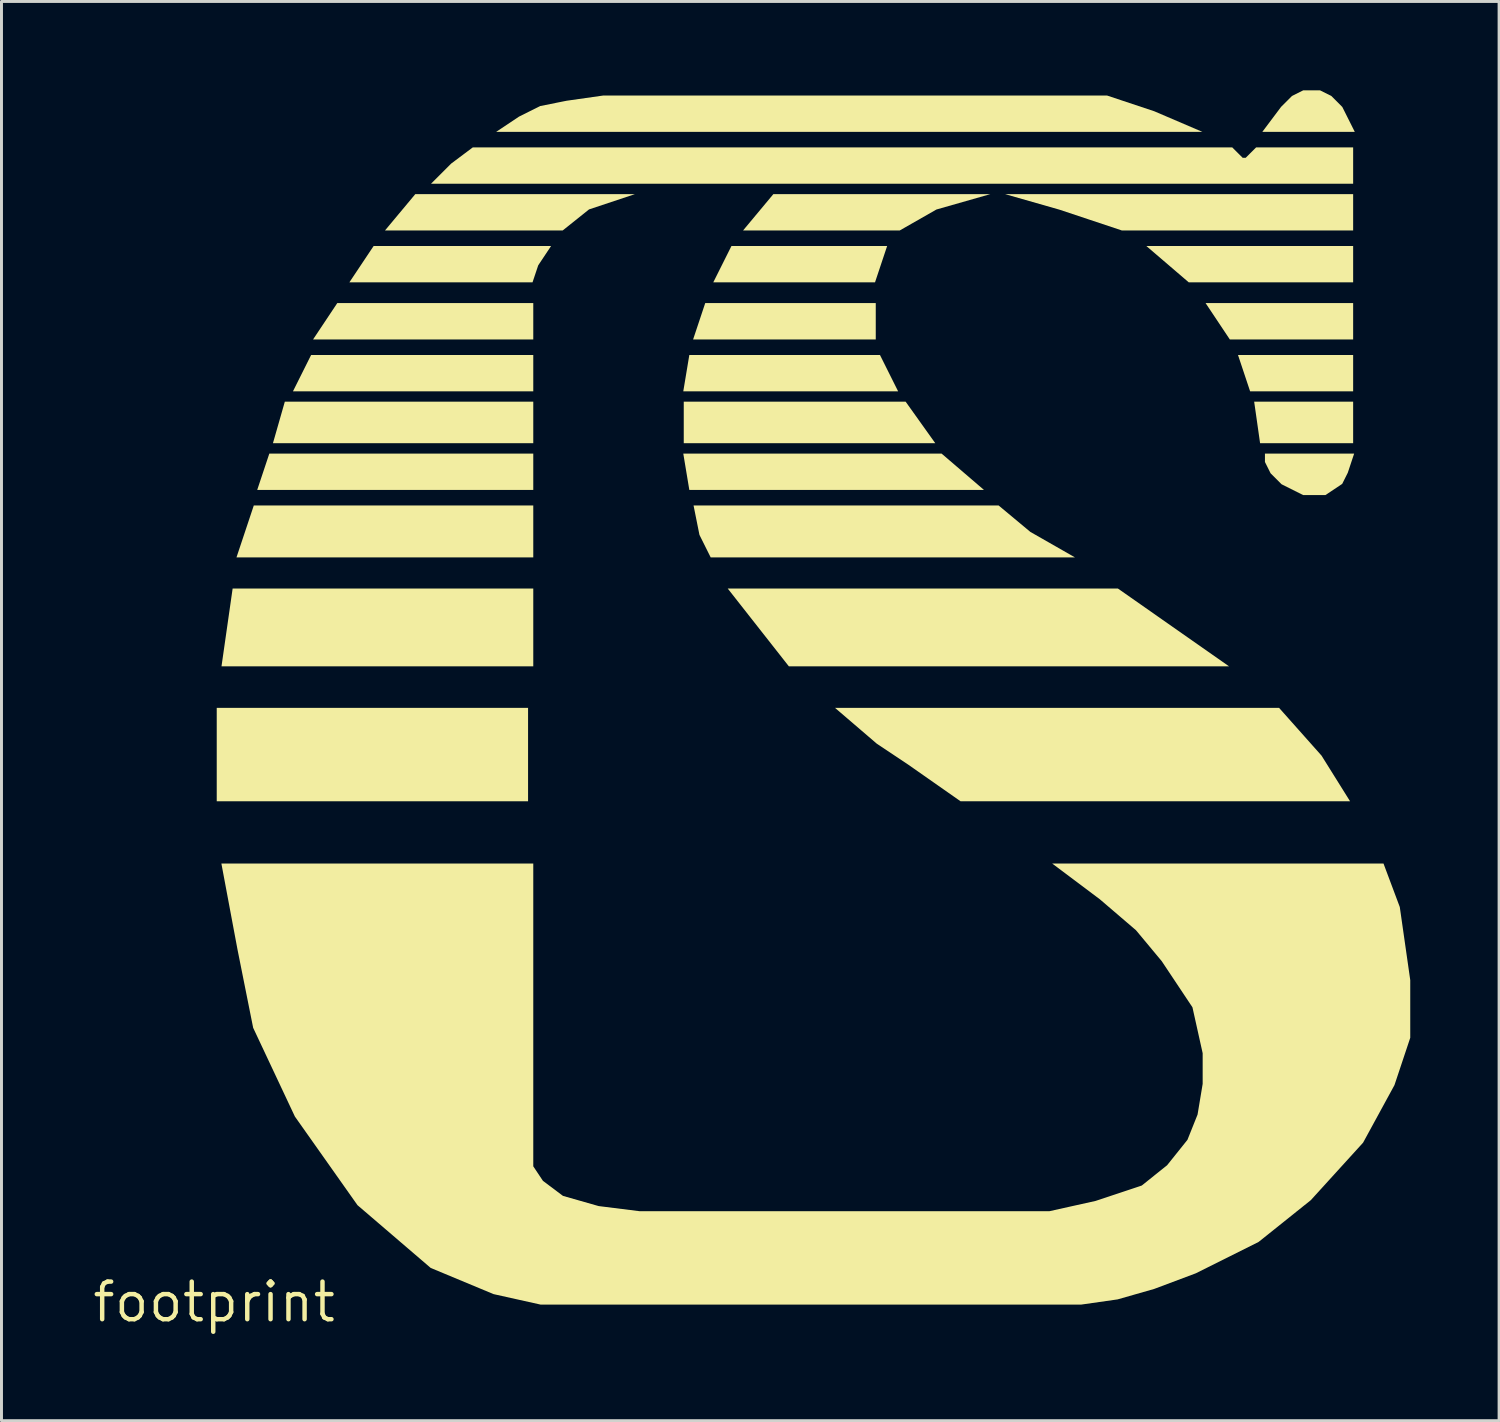
<source format=kicad_pcb>
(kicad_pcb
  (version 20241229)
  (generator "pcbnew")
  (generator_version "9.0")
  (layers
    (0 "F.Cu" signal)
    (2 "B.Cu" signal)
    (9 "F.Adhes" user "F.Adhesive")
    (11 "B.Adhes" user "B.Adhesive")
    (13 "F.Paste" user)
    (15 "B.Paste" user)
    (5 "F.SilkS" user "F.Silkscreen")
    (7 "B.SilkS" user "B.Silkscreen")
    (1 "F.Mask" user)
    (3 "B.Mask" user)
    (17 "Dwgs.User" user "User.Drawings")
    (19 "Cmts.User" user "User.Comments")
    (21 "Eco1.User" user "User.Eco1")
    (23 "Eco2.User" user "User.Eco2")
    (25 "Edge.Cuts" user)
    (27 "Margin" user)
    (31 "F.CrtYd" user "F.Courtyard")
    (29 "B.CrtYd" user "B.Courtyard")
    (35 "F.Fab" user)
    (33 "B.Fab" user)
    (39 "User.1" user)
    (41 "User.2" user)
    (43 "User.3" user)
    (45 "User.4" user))
  (footprint "footprint"
    (layer "F.Cu")
    (at 4.18 40.913)
    (property "Reference" "footprint" (at 0 0 0) (layer "F.SilkS") (effects (font (size 1.27 1.27) (thickness 0.15))))
    (fp_poly (pts (xy 10.6 -16.908) (xy 0.088 -16.908) (xy 0.088 -20.062) (xy 10.6 -20.062)) (stroke (width 0) (type solid)) (fill yes) (layer "F.SilkS"))
    (fp_poly (pts (xy 10.776 -32.502) (xy 3.341 -32.502) (xy 4.158 -33.729) (xy 10.776 -33.729)) (stroke (width 0) (type solid)) (fill yes) (layer "F.SilkS"))
    (fp_poly (pts (xy 10.776 -30.75) (xy 2.662 -30.75) (xy 3.275 -31.977) (xy 10.776 -31.977)) (stroke (width 0) (type solid)) (fill yes) (layer "F.SilkS"))
    (fp_poly (pts (xy 10.776 -28.998) (xy 1.986 -28.998) (xy 2.387 -30.4) (xy 10.776 -30.4)) (stroke (width 0) (type solid)) (fill yes) (layer "F.SilkS"))
    (fp_poly (pts (xy 10.776 -27.421) (xy 1.455 -27.421) (xy 1.864 -28.648) (xy 10.776 -28.648)) (stroke (width 0) (type solid)) (fill yes) (layer "F.SilkS"))
    (fp_poly (pts (xy 10.776 -25.143) (xy 0.755 -25.143) (xy 1.339 -26.895) (xy 10.776 -26.895)) (stroke (width 0) (type solid)) (fill yes) (layer "F.SilkS"))
    (fp_poly (pts (xy 10.776 -21.464) (xy 0.249 -21.464) (xy 0.625 -24.092) (xy 10.776 -24.092)) (stroke (width 0) (type solid)) (fill yes) (layer "F.SilkS"))
    (fp_poly (pts (xy 22.315 -34.43) (xy 16.854 -34.43) (xy 17.467 -35.656) (xy 22.724 -35.656)) (stroke (width 0) (type solid)) (fill yes) (layer "F.SilkS"))
    (fp_poly (pts (xy 22.34 -32.502) (xy 16.173 -32.502) (xy 16.582 -33.729) (xy 22.34 -33.729)) (stroke (width 0) (type solid)) (fill yes) (layer "F.SilkS"))
    (fp_poly (pts (xy 23.095 -30.75) (xy 15.841 -30.75) (xy 16.045 -31.977) (xy 22.482 -31.977)) (stroke (width 0) (type solid)) (fill yes) (layer "F.SilkS"))
    (fp_poly (pts (xy 24.35 -28.998) (xy 15.857 -28.998) (xy 15.857 -30.4) (xy 23.349 -30.4)) (stroke (width 0) (type solid)) (fill yes) (layer "F.SilkS"))
    (fp_poly (pts (xy 25.993 -27.421) (xy 16.045 -27.421) (xy 15.841 -28.648) (xy 24.562 -28.648)) (stroke (width 0) (type solid)) (fill yes) (layer "F.SilkS"))
    (fp_poly (pts (xy 34.269 -21.464) (xy 19.406 -21.464) (xy 17.341 -24.092) (xy 30.515 -24.092)) (stroke (width 0) (type solid)) (fill yes) (layer "F.SilkS"))
    (fp_poly (pts (xy 38.459 -34.43) (xy 32.908 -34.43) (xy 31.477 -35.656) (xy 38.459 -35.656)) (stroke (width 0) (type solid)) (fill yes) (layer "F.SilkS"))
    (fp_poly (pts (xy 38.459 -32.502) (xy 34.295 -32.502) (xy 33.477 -33.729) (xy 38.459 -33.729)) (stroke (width 0) (type solid)) (fill yes) (layer "F.SilkS"))
    (fp_poly (pts (xy 38.459 -30.75) (xy 34.98 -30.75) (xy 34.571 -31.977) (xy 38.459 -31.977)) (stroke (width 0) (type solid)) (fill yes) (layer "F.SilkS"))
    (fp_poly (pts (xy 38.459 -28.998) (xy 35.317 -28.998) (xy 35.117 -30.4) (xy 38.459 -30.4)) (stroke (width 0) (type solid)) (fill yes) (layer "F.SilkS"))
    (fp_poly (pts (xy 10.943 -35.004) (xy 10.751 -34.43) (xy 4.567 -34.43) (xy 5.385 -35.656) (xy 11.377 -35.656)) (stroke (width 0) (type solid)) (fill yes) (layer "F.SilkS"))
    (fp_poly (pts (xy 12.658 -36.892) (xy 11.77 -36.182) (xy 5.77 -36.182) (xy 6.792 -37.408) (xy 14.207 -37.408)) (stroke (width 0) (type solid)) (fill yes) (layer "F.SilkS"))
    (fp_poly (pts (xy 24.389 -36.889) (xy 23.151 -36.182) (xy 17.86 -36.182) (xy 18.882 -37.408) (xy 26.207 -37.408)) (stroke (width 0) (type solid)) (fill yes) (layer "F.SilkS"))
    (fp_poly (pts (xy 27.559 -26.004) (xy 29.065 -25.143) (xy 16.766 -25.143) (xy 16.387 -25.903) (xy 16.188 -26.895) (xy 26.489 -26.895)) (stroke (width 0) (type solid)) (fill yes) (layer "F.SilkS"))
    (fp_poly (pts (xy 38.459 -36.182) (xy 30.648 -36.182) (xy 29.583 -36.537) (xy 28.534 -36.886) (xy 26.708 -37.408) (xy 38.459 -37.408)) (stroke (width 0) (type solid)) (fill yes) (layer "F.SilkS"))
    (fp_poly (pts (xy 37.391 -18.45) (xy 38.355 -16.908) (xy 25.203 -16.908) (xy 23.429 -18.15) (xy 22.374 -18.853) (xy 20.964 -20.062) (xy 35.958 -20.062)) (stroke (width 0) (type solid)) (fill yes) (layer "F.SilkS"))
    (fp_poly (pts (xy 31.745 -40.206) (xy 33.367 -39.511) (xy 9.523 -39.511) (xy 10.294 -40.025) (xy 11.01 -40.383) (xy 11.9 -40.561) (xy 13.135 -40.737) (xy 30.151 -40.737)) (stroke (width 0) (type solid)) (fill yes) (layer "F.SilkS"))
    (fp_poly (pts (xy 37.723 -40.722) (xy 38.093 -40.351) (xy 38.275 -39.988) (xy 38.514 -39.511) (xy 35.393 -39.511) (xy 36.028 -40.357) (xy 36.393 -40.722) (xy 36.774 -40.913) (xy 37.341 -40.913)) (stroke (width 0) (type solid)) (fill yes) (layer "F.SilkS"))
    (fp_poly (pts (xy 38.278 -28.001) (xy 38.089 -27.624) (xy 37.522 -27.246) (xy 36.774 -27.246) (xy 36.042 -27.612) (xy 35.672 -27.982) (xy 35.481 -28.364) (xy 35.481 -28.648) (xy 38.493 -28.648)) (stroke (width 0) (type solid)) (fill yes) (layer "F.SilkS"))
    (fp_poly (pts (xy 34.579 -38.784) (xy 34.729 -38.635) (xy 34.831 -38.635) (xy 35.182 -38.985) (xy 38.459 -38.985) (xy 38.459 -37.759) (xy 7.323 -37.759) (xy 8.002 -38.438) (xy 8.732 -38.985) (xy 34.378 -38.985)) (stroke (width 0) (type solid)) (fill yes) (layer "F.SilkS"))
    (fp_poly (pts (xy 10.776 -4.582) (xy 11.103 -4.091) (xy 11.779 -3.584) (xy 12.983 -3.24) (xy 14.373 -3.066) (xy 28.2 -3.066) (xy 29.763 -3.414) (xy 31.321 -3.933) (xy 32.177 -4.618) (xy 32.864 -5.476) (xy 33.206 -6.331) (xy 33.378 -7.366) (xy 33.378 -8.401) (xy 33.033 -9.952) (xy 31.994 -11.512) (xy 31.126 -12.554) (xy 29.907 -13.598) (xy 28.297 -14.806) (xy 39.484 -14.806) (xy 40.034 -13.338) (xy 40.387 -10.87) (xy 40.387 -8.922) (xy 39.854 -7.324) (xy 38.794 -5.38) (xy 37.03 -3.44) (xy 35.265 -2.028) (xy 33.15 -0.971) (xy 31.741 -0.442) (xy 30.506 -0.089) (xy 29.267 0.088) (xy 11.029 0.088) (xy 9.435 -0.267) (xy 7.313 -1.151) (xy 4.841 -3.27) (xy 2.727 -6.263) (xy 1.318 -9.259) (xy 0.79 -11.898) (xy 0.245 -14.806) (xy 10.776 -14.806)) (stroke (width 0) (type solid)) (fill yes) (layer "F.SilkS")))
  (gr_rect
    (start -3 -3)
    (end 47.567 44.919)
    (stroke (width 0.1) (type default))
    (fill no)
    (layer "Edge.Cuts")))
</source>
